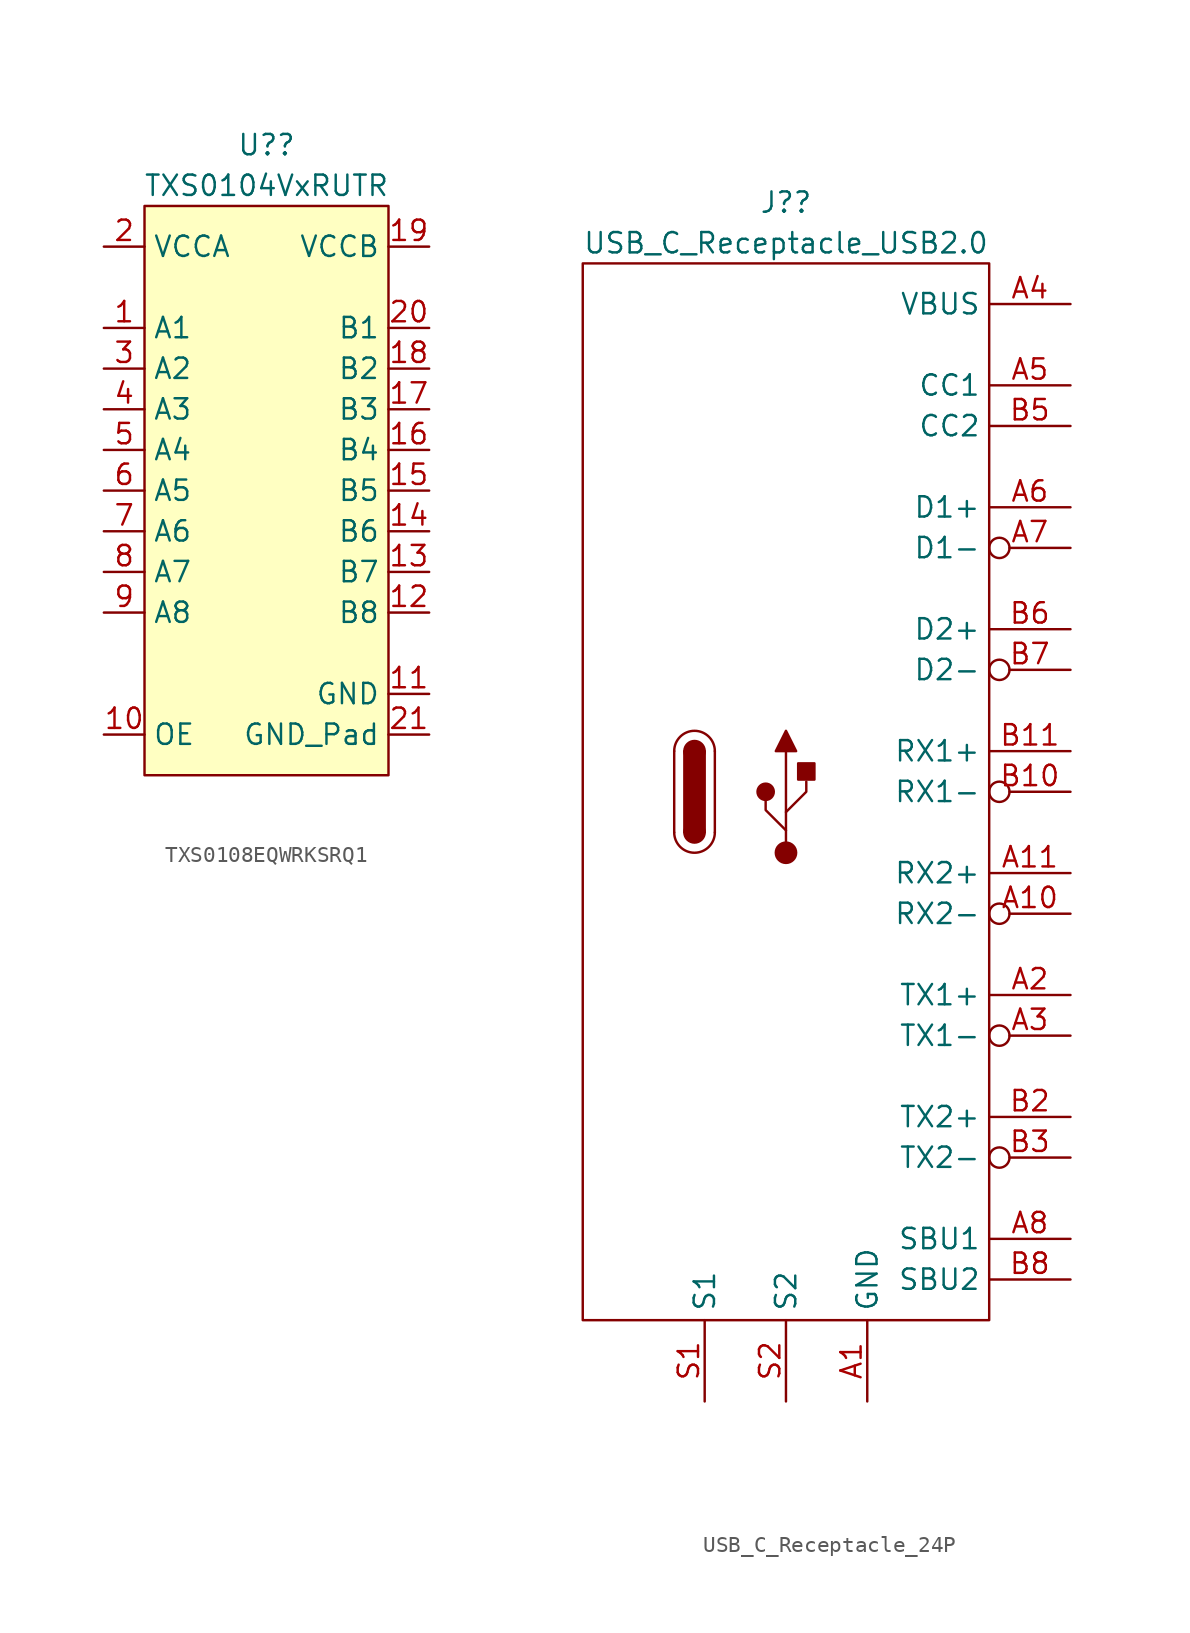
<source format=kicad_sym>
(kicad_symbol_lib
  (version 20241209)
  (generator "kicad_symbol_editor")
  (generator_version "9.0")
  (symbol "TXS0108EQWRKSRQ1"
    (property "Reference" "U?"
      (at 0 21.59 0)
      (do_not_autoplace)
      (effects (font (size 1.27 1.27))))
    (property "Value" "TXS0104VxRUTR"
      (at 0 19.05 0)
      (do_not_autoplace)
      (effects (font (size 1.27 1.27))))
    (symbol "TXS0108EQWRKSRQ1_0_0"
      (pin power_in line (at -10.16 15.24 0) (length 2.54) (name "VCCA" (effects (font (size 1.27 1.27)))) (number "2" (effects (font (size 1.27 1.27)))))
      (pin bidirectional line (at -10.16 10.16 0) (length 2.54) (name "A1" (effects (font (size 1.27 1.27)))) (number "1" (effects (font (size 1.27 1.27)))))
      (pin bidirectional line (at -10.16 7.62 0) (length 2.54) (name "A2" (effects (font (size 1.27 1.27)))) (number "3" (effects (font (size 1.27 1.27)))))
      (pin bidirectional line (at -10.16 5.08 0) (length 2.54) (name "A3" (effects (font (size 1.27 1.27)))) (number "4" (effects (font (size 1.27 1.27)))))
      (pin bidirectional line (at -10.16 2.54 0) (length 2.54) (name "A4" (effects (font (size 1.27 1.27)))) (number "5" (effects (font (size 1.27 1.27)))))
      (pin bidirectional line (at -10.16 0 0) (length 2.54) (name "A5" (effects (font (size 1.27 1.27)))) (number "6" (effects (font (size 1.27 1.27)))))
      (pin bidirectional line (at -10.16 -2.54 0) (length 2.54) (name "A6" (effects (font (size 1.27 1.27)))) (number "7" (effects (font (size 1.27 1.27)))))
      (pin bidirectional line (at -10.16 -5.08 0) (length 2.54) (name "A7" (effects (font (size 1.27 1.27)))) (number "8" (effects (font (size 1.27 1.27)))))
      (pin bidirectional line (at -10.16 -7.62 0) (length 2.54) (name "A8" (effects (font (size 1.27 1.27)))) (number "9" (effects (font (size 1.27 1.27)))))
      (pin power_in line (at 10.16 15.24 180) (length 2.54) (name "VCCB" (effects (font (size 1.27 1.27)))) (number "19" (effects (font (size 1.27 1.27)))))
      (pin bidirectional line (at 10.16 10.16 180) (length 2.54) (name "B1" (effects (font (size 1.27 1.27)))) (number "20" (effects (font (size 1.27 1.27)))))
      (pin bidirectional line (at 10.16 7.62 180) (length 2.54) (name "B2" (effects (font (size 1.27 1.27)))) (number "18" (effects (font (size 1.27 1.27)))))
      (pin bidirectional line (at 10.16 5.08 180) (length 2.54) (name "B3" (effects (font (size 1.27 1.27)))) (number "17" (effects (font (size 1.27 1.27)))))
      (pin bidirectional line (at 10.16 2.54 180) (length 2.54) (name "B4" (effects (font (size 1.27 1.27)))) (number "16" (effects (font (size 1.27 1.27)))))
      (pin bidirectional line (at 10.16 0 180) (length 2.54) (name "B5" (effects (font (size 1.27 1.27)))) (number "15" (effects (font (size 1.27 1.27)))))
      (pin bidirectional line (at 10.16 -2.54 180) (length 2.54) (name "B6" (effects (font (size 1.27 1.27)))) (number "14" (effects (font (size 1.27 1.27)))))
      (pin bidirectional line (at 10.16 -5.08 180) (length 2.54) (name "B7" (effects (font (size 1.27 1.27)))) (number "13" (effects (font (size 1.27 1.27)))))
      (pin bidirectional line (at 10.16 -7.62 180) (length 2.54) (name "B8" (effects (font (size 1.27 1.27)))) (number "12" (effects (font (size 1.27 1.27))))))
    (symbol "TXS0108EQWRKSRQ1_1_0"
      (pin input line (at -10.16 -15.24 0) (length 2.54) (name "OE" (effects (font (size 1.27 1.27)))) (number "10" (effects (font (size 1.27 1.27)))))
      (pin power_in line (at 10.16 -12.7 180) (length 2.54) (name "GND" (effects (font (size 1.27 1.27)))) (number "11" (effects (font (size 1.27 1.27)))))
      (pin power_in line (at 10.16 -15.24 180) (length 2.54) (name "GND_Pad" (effects (font (size 1.27 1.27)))) (number "21" (effects (font (size 1.27 1.27))))))
    (symbol "TXS0108EQWRKSRQ1_1_1"
      (rectangle (start -7.62 17.78) (end 7.62 -17.78) (stroke (width 0) (type default)) (fill (type background)))))
  (symbol "USB_C_Receptacle_24P"
    (property "Reference" "J?"
      (at 0 36.83 0)
      (do_not_autoplace)
      (effects (font (size 1.27 1.27))))
    (property "Value" "USB_C_Receptacle_USB2.0"
      (at 0 34.29 0)
      (do_not_autoplace)
      (effects (font (size 1.27 1.27))))
    (symbol "USB_C_Receptacle_24P_1_0"
      (pin passive line (at -5.08 -38.1 90) (length 5.08) (name "S1" (effects (font (size 1.27 1.27)))) (number "S1" (effects (font (size 1.27 1.27)))))
      (pin passive line (at 0 -38.1 90) (length 5.08) (name "S2" (effects (font (size 1.27 1.27)))) (number "S2" (effects (font (size 1.27 1.27)))))
      (pin power_in line (at 5.08 -38.1 90) (length 5.08) (name "GND" (effects (font (size 1.27 1.27)))) (number "A1" (effects (font (size 1.27 1.27)))))
      (pin passive line (at 5.08 -38.1 90) (length 5.08) (hide yes) (name "GND" (effects (font (size 1.27 1.27)))) (number "A12" (effects (font (size 1.27 1.27)))))
      (pin passive line (at 5.08 -38.1 90) (length 5.08) (hide yes) (name "GND" (effects (font (size 1.27 1.27)))) (number "B1" (effects (font (size 1.27 1.27)))))
      (pin passive line (at 5.08 -38.1 90) (length 5.08) (hide yes) (name "GND" (effects (font (size 1.27 1.27)))) (number "B12" (effects (font (size 1.27 1.27)))))
      (pin passive line (at 5.08 -38.1 90) (length 5.08) (hide yes) (name "GND" (effects (font (size 1.27 1.27)))) (number "G1" (effects (font (size 1.27 1.27)))))
      (pin passive line (at 5.08 -38.1 90) (length 5.08) (hide yes) (name "GND" (effects (font (size 1.27 1.27)))) (number "G2" (effects (font (size 1.27 1.27)))))
      (pin passive line (at 5.08 -38.1 90) (length 5.08) (hide yes) (name "GND" (effects (font (size 1.27 1.27)))) (number "G3" (effects (font (size 1.27 1.27)))))
      (pin passive line (at 5.08 -38.1 90) (length 5.08) (hide yes) (name "GND" (effects (font (size 1.27 1.27)))) (number "G4" (effects (font (size 1.27 1.27)))))
      (pin passive line (at 5.08 -38.1 90) (length 5.08) (hide yes) (name "GND" (effects (font (size 1.27 1.27)))) (number "G5" (effects (font (size 1.27 1.27)))))
      (pin passive line (at 5.08 -38.1 90) (length 5.08) (hide yes) (name "GND" (effects (font (size 1.27 1.27)))) (number "G6" (effects (font (size 1.27 1.27)))))
      (pin power_out line (at 17.78 30.48 180) (length 5.08) (name "VBUS" (effects (font (size 1.27 1.27)))) (number "A4" (effects (font (size 1.27 1.27)))))
      (pin power_out line (at 17.78 30.48 180) (length 5.08) (hide yes) (name "VBUS" (effects (font (size 1.27 1.27)))) (number "A9" (effects (font (size 1.27 1.27)))))
      (pin power_out line (at 17.78 30.48 180) (length 5.08) (hide yes) (name "VBUS" (effects (font (size 1.27 1.27)))) (number "B4" (effects (font (size 1.27 1.27)))))
      (pin power_out line (at 17.78 30.48 180) (length 5.08) (hide yes) (name "VBUS" (effects (font (size 1.27 1.27)))) (number "B9" (effects (font (size 1.27 1.27)))))
      (pin passive line (at 17.78 25.4 180) (length 5.08) (name "CC1" (effects (font (size 1.27 1.27)))) (number "A5" (effects (font (size 1.27 1.27)))))
      (pin passive line (at 17.78 22.86 180) (length 5.08) (name "CC2" (effects (font (size 1.27 1.27)))) (number "B5" (effects (font (size 1.27 1.27)))))
      (pin bidirectional line (at 17.78 17.78 180) (length 5.08) (name "D1+" (effects (font (size 1.27 1.27)))) (number "A6" (effects (font (size 1.27 1.27)))))
      (pin bidirectional inverted (at 17.78 15.24 180) (length 5.08) (name "D1-" (effects (font (size 1.27 1.27)))) (number "A7" (effects (font (size 1.27 1.27)))))
      (pin bidirectional line (at 17.78 10.16 180) (length 5.08) (name "D2+" (effects (font (size 1.27 1.27)))) (number "B6" (effects (font (size 1.27 1.27)))))
      (pin bidirectional inverted (at 17.78 7.62 180) (length 5.08) (name "D2-" (effects (font (size 1.27 1.27)))) (number "B7" (effects (font (size 1.27 1.27)))))
      (pin input line (at 17.78 2.54 180) (length 5.08) (name "RX1+" (effects (font (size 1.27 1.27)))) (number "B11" (effects (font (size 1.27 1.27)))))
      (pin input inverted (at 17.78 0 180) (length 5.08) (name "RX1-" (effects (font (size 1.27 1.27)))) (number "B10" (effects (font (size 1.27 1.27)))))
      (pin input line (at 17.78 -5.08 180) (length 5.08) (name "RX2+" (effects (font (size 1.27 1.27)))) (number "A11" (effects (font (size 1.27 1.27)))))
      (pin input inverted (at 17.78 -7.62 180) (length 5.08) (name "RX2-" (effects (font (size 1.27 1.27)))) (number "A10" (effects (font (size 1.27 1.27)))))
      (pin output line (at 17.78 -12.7 180) (length 5.08) (name "TX1+" (effects (font (size 1.27 1.27)))) (number "A2" (effects (font (size 1.27 1.27)))))
      (pin output inverted (at 17.78 -15.24 180) (length 5.08) (name "TX1-" (effects (font (size 1.27 1.27)))) (number "A3" (effects (font (size 1.27 1.27)))))
      (pin output line (at 17.78 -20.32 180) (length 5.08) (name "TX2+" (effects (font (size 1.27 1.27)))) (number "B2" (effects (font (size 1.27 1.27)))))
      (pin output inverted (at 17.78 -22.86 180) (length 5.08) (name "TX2-" (effects (font (size 1.27 1.27)))) (number "B3" (effects (font (size 1.27 1.27)))))
      (pin bidirectional line (at 17.78 -27.94 180) (length 5.08) (name "SBU1" (effects (font (size 1.27 1.27)))) (number "A8" (effects (font (size 1.27 1.27)))))
      (pin bidirectional line (at 17.78 -30.48 180) (length 5.08) (name "SBU2" (effects (font (size 1.27 1.27)))) (number "B8" (effects (font (size 1.27 1.27))))))
    (symbol "USB_C_Receptacle_24P_1_1"
      (rectangle (start -12.7 33.02) (end 12.7 -33.02) (stroke (width 0) (type default)) (fill (type none)))
      (polyline (pts (xy -6.985 2.54) (xy -6.985 -2.54)) (stroke (width 0) (type default)) (fill (type none)))
      (rectangle (start -6.35 2.54) (end -5.08 -2.54) (stroke (width 0) (type default)) (fill (type outline)))
      (arc (start -6.985 2.54) (mid -5.715 3.81) (end -4.445 2.54) (stroke (width 0) (type default)) (fill (type none)))
      (circle (center -5.715 2.54) (radius 0.635) (stroke (width 0) (type default)) (fill (type outline)))
      (circle (center -5.715 -2.54) (radius 0.635) (stroke (width 0) (type default)) (fill (type outline)))
      (arc (start -4.445 -2.54) (mid -5.715 -3.81) (end -6.985 -2.54) (stroke (width 0) (type default)) (fill (type none)))
      (polyline (pts (xy -4.445 2.54) (xy -4.445 -2.54)) (stroke (width 0) (type default)) (fill (type none)))
      (circle (center -1.27 0) (radius 0.508) (stroke (width 0) (type default)) (fill (type outline)))
      (polyline (pts (xy 0 2.54) (xy -0.635 2.54) (xy 0 3.81) (xy 0.635 2.54) (xy 0 2.54)) (stroke (width 0) (type default)) (fill (type outline)))
      (polyline (pts (xy 0 -1.27) (xy 1.27 0) (xy 1.27 0.635)) (stroke (width 0) (type default)) (fill (type none)))
      (polyline (pts (xy 0 -2.413) (xy -1.27 -1.143) (xy -1.27 -0.508)) (stroke (width 0) (type default)) (fill (type none)))
      (polyline (pts (xy 0 -3.175) (xy 0 2.54)) (stroke (width 0) (type default)) (fill (type none)))
      (circle (center 0 -3.81) (radius 0.635) (stroke (width 0) (type default)) (fill (type outline)))
      (rectangle (start 0.762 1.778) (end 1.778 0.762) (stroke (width 0) (type default)) (fill (type outline))))))
</source>
